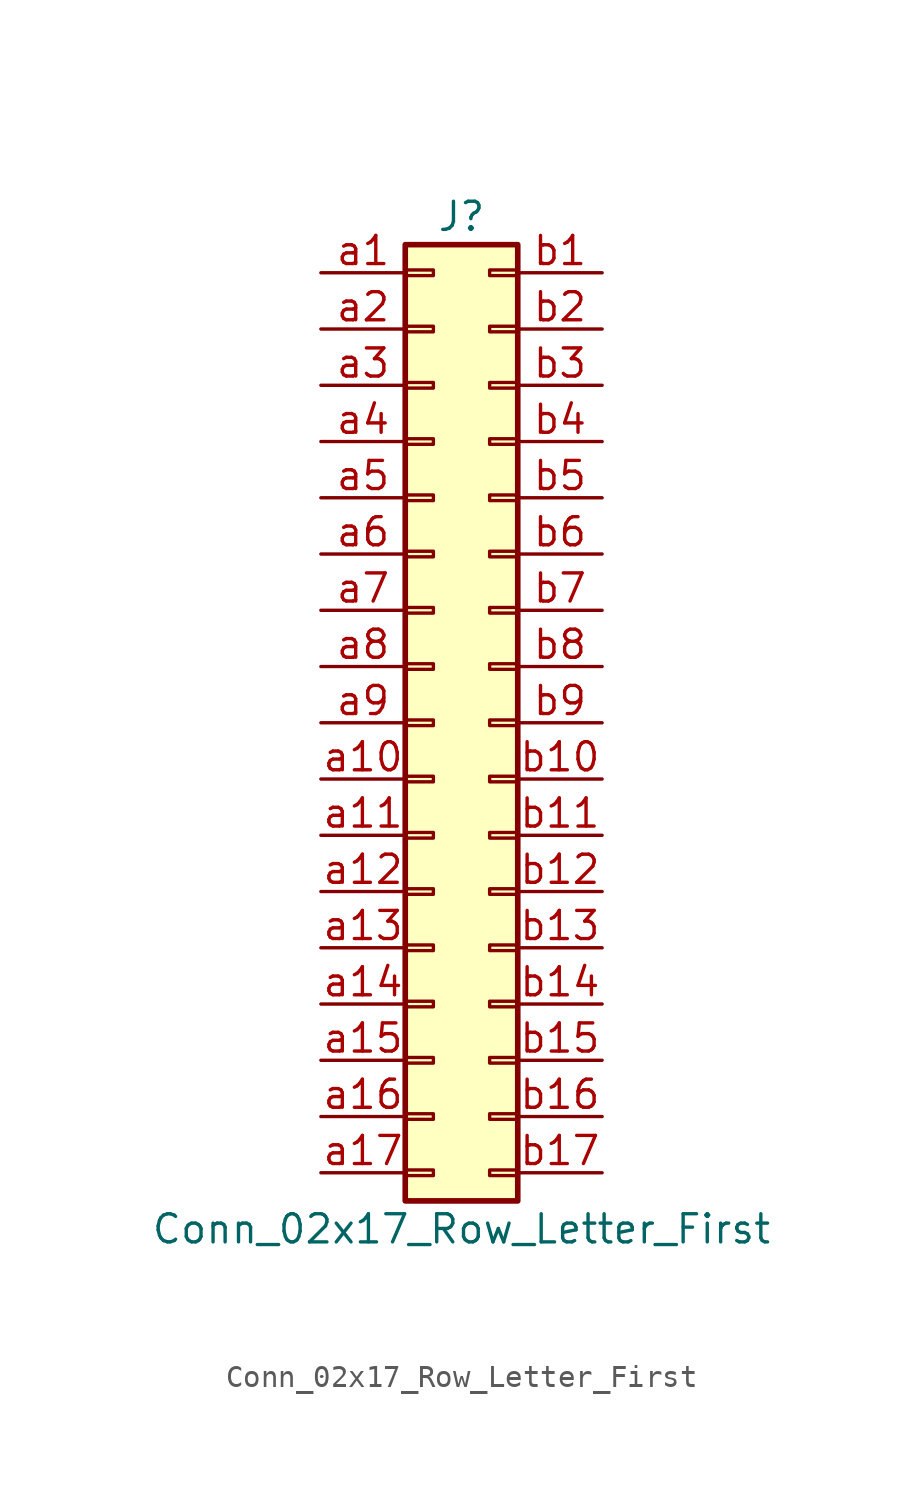
<source format=kicad_sym>
(kicad_symbol_lib
  (version 20211014)
  (generator kicad_symbol_editor)
  (symbol "Conn_02x17_Row_Letter_First"
    (pin_names
      (offset 1.016) hide)
    (property "Reference" "J"
      (at 1.27 22.86 0)
      (effects (font (size 1.27 1.27))))
    (property "Value" "Conn_02x17_Row_Letter_First"
      (at 1.27 -22.86 0)
      (effects (font (size 1.27 1.27))))
    (symbol "Conn_02x17_Row_Letter_First_1_1"
      (rectangle (start -1.27 -20.193) (end 0 -20.447) (stroke (width 0.152) (type default) (color 0 0 0 0)) (fill (type none)))
      (rectangle (start -1.27 -17.653) (end 0 -17.907) (stroke (width 0.152) (type default) (color 0 0 0 0)) (fill (type none)))
      (rectangle (start -1.27 -15.113) (end 0 -15.367) (stroke (width 0.152) (type default) (color 0 0 0 0)) (fill (type none)))
      (rectangle (start -1.27 -12.573) (end 0 -12.827) (stroke (width 0.152) (type default) (color 0 0 0 0)) (fill (type none)))
      (rectangle (start -1.27 -10.033) (end 0 -10.287) (stroke (width 0.152) (type default) (color 0 0 0 0)) (fill (type none)))
      (rectangle (start -1.27 -7.493) (end 0 -7.747) (stroke (width 0.152) (type default) (color 0 0 0 0)) (fill (type none)))
      (rectangle (start -1.27 -4.953) (end 0 -5.207) (stroke (width 0.152) (type default) (color 0 0 0 0)) (fill (type none)))
      (rectangle (start -1.27 -2.413) (end 0 -2.667) (stroke (width 0.152) (type default) (color 0 0 0 0)) (fill (type none)))
      (rectangle (start -1.27 0.127) (end 0 -0.127) (stroke (width 0.152) (type default) (color 0 0 0 0)) (fill (type none)))
      (rectangle (start -1.27 2.667) (end 0 2.413) (stroke (width 0.152) (type default) (color 0 0 0 0)) (fill (type none)))
      (rectangle (start -1.27 5.207) (end 0 4.953) (stroke (width 0.152) (type default) (color 0 0 0 0)) (fill (type none)))
      (rectangle (start -1.27 7.747) (end 0 7.493) (stroke (width 0.152) (type default) (color 0 0 0 0)) (fill (type none)))
      (rectangle (start -1.27 10.287) (end 0 10.033) (stroke (width 0.152) (type default) (color 0 0 0 0)) (fill (type none)))
      (rectangle (start -1.27 12.827) (end 0 12.573) (stroke (width 0.152) (type default) (color 0 0 0 0)) (fill (type none)))
      (rectangle (start -1.27 15.367) (end 0 15.113) (stroke (width 0.152) (type default) (color 0 0 0 0)) (fill (type none)))
      (rectangle (start -1.27 17.907) (end 0 17.653) (stroke (width 0.152) (type default) (color 0 0 0 0)) (fill (type none)))
      (rectangle (start -1.27 20.447) (end 0 20.193) (stroke (width 0.152) (type default) (color 0 0 0 0)) (fill (type none)))
      (rectangle (start -1.27 21.59) (end 3.81 -21.59) (stroke (width 0.254) (type default) (color 0 0 0 0)) (fill (type background)))
      (rectangle (start 3.81 -20.193) (end 2.54 -20.447) (stroke (width 0.152) (type default) (color 0 0 0 0)) (fill (type none)))
      (rectangle (start 3.81 -17.653) (end 2.54 -17.907) (stroke (width 0.152) (type default) (color 0 0 0 0)) (fill (type none)))
      (rectangle (start 3.81 -15.113) (end 2.54 -15.367) (stroke (width 0.152) (type default) (color 0 0 0 0)) (fill (type none)))
      (rectangle (start 3.81 -12.573) (end 2.54 -12.827) (stroke (width 0.152) (type default) (color 0 0 0 0)) (fill (type none)))
      (rectangle (start 3.81 -10.033) (end 2.54 -10.287) (stroke (width 0.152) (type default) (color 0 0 0 0)) (fill (type none)))
      (rectangle (start 3.81 -7.493) (end 2.54 -7.747) (stroke (width 0.152) (type default) (color 0 0 0 0)) (fill (type none)))
      (rectangle (start 3.81 -4.953) (end 2.54 -5.207) (stroke (width 0.152) (type default) (color 0 0 0 0)) (fill (type none)))
      (rectangle (start 3.81 -2.413) (end 2.54 -2.667) (stroke (width 0.152) (type default) (color 0 0 0 0)) (fill (type none)))
      (rectangle (start 3.81 0.127) (end 2.54 -0.127) (stroke (width 0.152) (type default) (color 0 0 0 0)) (fill (type none)))
      (rectangle (start 3.81 2.667) (end 2.54 2.413) (stroke (width 0.152) (type default) (color 0 0 0 0)) (fill (type none)))
      (rectangle (start 3.81 5.207) (end 2.54 4.953) (stroke (width 0.152) (type default) (color 0 0 0 0)) (fill (type none)))
      (rectangle (start 3.81 7.747) (end 2.54 7.493) (stroke (width 0.152) (type default) (color 0 0 0 0)) (fill (type none)))
      (rectangle (start 3.81 10.287) (end 2.54 10.033) (stroke (width 0.152) (type default) (color 0 0 0 0)) (fill (type none)))
      (rectangle (start 3.81 12.827) (end 2.54 12.573) (stroke (width 0.152) (type default) (color 0 0 0 0)) (fill (type none)))
      (rectangle (start 3.81 15.367) (end 2.54 15.113) (stroke (width 0.152) (type default) (color 0 0 0 0)) (fill (type none)))
      (rectangle (start 3.81 17.907) (end 2.54 17.653) (stroke (width 0.152) (type default) (color 0 0 0 0)) (fill (type none)))
      (rectangle (start 3.81 20.447) (end 2.54 20.193) (stroke (width 0.152) (type default) (color 0 0 0 0)) (fill (type none)))
      (pin passive line (at -5.08 20.32 0) (length 3.81) (name "Pin_a1" (effects (font (size 1.27 1.27)))) (number "a1" (effects (font (size 1.27 1.27)))))
      (pin passive line (at -5.08 -2.54 0) (length 3.81) (name "Pin_a10" (effects (font (size 1.27 1.27)))) (number "a10" (effects (font (size 1.27 1.27)))))
      (pin passive line (at -5.08 -5.08 0) (length 3.81) (name "Pin_a11" (effects (font (size 1.27 1.27)))) (number "a11" (effects (font (size 1.27 1.27)))))
      (pin passive line (at -5.08 -7.62 0) (length 3.81) (name "Pin_a12" (effects (font (size 1.27 1.27)))) (number "a12" (effects (font (size 1.27 1.27)))))
      (pin passive line (at -5.08 -10.16 0) (length 3.81) (name "Pin_a13" (effects (font (size 1.27 1.27)))) (number "a13" (effects (font (size 1.27 1.27)))))
      (pin passive line (at -5.08 -12.7 0) (length 3.81) (name "Pin_a14" (effects (font (size 1.27 1.27)))) (number "a14" (effects (font (size 1.27 1.27)))))
      (pin passive line (at -5.08 -15.24 0) (length 3.81) (name "Pin_a15" (effects (font (size 1.27 1.27)))) (number "a15" (effects (font (size 1.27 1.27)))))
      (pin passive line (at -5.08 -17.78 0) (length 3.81) (name "Pin_a16" (effects (font (size 1.27 1.27)))) (number "a16" (effects (font (size 1.27 1.27)))))
      (pin passive line (at -5.08 -20.32 0) (length 3.81) (name "Pin_a17" (effects (font (size 1.27 1.27)))) (number "a17" (effects (font (size 1.27 1.27)))))
      (pin passive line (at -5.08 17.78 0) (length 3.81) (name "Pin_a2" (effects (font (size 1.27 1.27)))) (number "a2" (effects (font (size 1.27 1.27)))))
      (pin passive line (at -5.08 15.24 0) (length 3.81) (name "Pin_a3" (effects (font (size 1.27 1.27)))) (number "a3" (effects (font (size 1.27 1.27)))))
      (pin passive line (at -5.08 12.7 0) (length 3.81) (name "Pin_a4" (effects (font (size 1.27 1.27)))) (number "a4" (effects (font (size 1.27 1.27)))))
      (pin passive line (at -5.08 10.16 0) (length 3.81) (name "Pin_a5" (effects (font (size 1.27 1.27)))) (number "a5" (effects (font (size 1.27 1.27)))))
      (pin passive line (at -5.08 7.62 0) (length 3.81) (name "Pin_a6" (effects (font (size 1.27 1.27)))) (number "a6" (effects (font (size 1.27 1.27)))))
      (pin passive line (at -5.08 5.08 0) (length 3.81) (name "Pin_a7" (effects (font (size 1.27 1.27)))) (number "a7" (effects (font (size 1.27 1.27)))))
      (pin passive line (at -5.08 2.54 0) (length 3.81) (name "Pin_a8" (effects (font (size 1.27 1.27)))) (number "a8" (effects (font (size 1.27 1.27)))))
      (pin passive line (at -5.08 0 0) (length 3.81) (name "Pin_a9" (effects (font (size 1.27 1.27)))) (number "a9" (effects (font (size 1.27 1.27)))))
      (pin passive line (at 7.62 20.32 180) (length 3.81) (name "Pin_b1" (effects (font (size 1.27 1.27)))) (number "b1" (effects (font (size 1.27 1.27)))))
      (pin passive line (at 7.62 -2.54 180) (length 3.81) (name "Pin_b10" (effects (font (size 1.27 1.27)))) (number "b10" (effects (font (size 1.27 1.27)))))
      (pin passive line (at 7.62 -5.08 180) (length 3.81) (name "Pin_b11" (effects (font (size 1.27 1.27)))) (number "b11" (effects (font (size 1.27 1.27)))))
      (pin passive line (at 7.62 -7.62 180) (length 3.81) (name "Pin_b12" (effects (font (size 1.27 1.27)))) (number "b12" (effects (font (size 1.27 1.27)))))
      (pin passive line (at 7.62 -10.16 180) (length 3.81) (name "Pin_b13" (effects (font (size 1.27 1.27)))) (number "b13" (effects (font (size 1.27 1.27)))))
      (pin passive line (at 7.62 -12.7 180) (length 3.81) (name "Pin_b14" (effects (font (size 1.27 1.27)))) (number "b14" (effects (font (size 1.27 1.27)))))
      (pin passive line (at 7.62 -15.24 180) (length 3.81) (name "Pin_b15" (effects (font (size 1.27 1.27)))) (number "b15" (effects (font (size 1.27 1.27)))))
      (pin passive line (at 7.62 -17.78 180) (length 3.81) (name "Pin_b16" (effects (font (size 1.27 1.27)))) (number "b16" (effects (font (size 1.27 1.27)))))
      (pin passive line (at 7.62 -20.32 180) (length 3.81) (name "Pin_b17" (effects (font (size 1.27 1.27)))) (number "b17" (effects (font (size 1.27 1.27)))))
      (pin passive line (at 7.62 17.78 180) (length 3.81) (name "Pin_b2" (effects (font (size 1.27 1.27)))) (number "b2" (effects (font (size 1.27 1.27)))))
      (pin passive line (at 7.62 15.24 180) (length 3.81) (name "Pin_b3" (effects (font (size 1.27 1.27)))) (number "b3" (effects (font (size 1.27 1.27)))))
      (pin passive line (at 7.62 12.7 180) (length 3.81) (name "Pin_b4" (effects (font (size 1.27 1.27)))) (number "b4" (effects (font (size 1.27 1.27)))))
      (pin passive line (at 7.62 10.16 180) (length 3.81) (name "Pin_b5" (effects (font (size 1.27 1.27)))) (number "b5" (effects (font (size 1.27 1.27)))))
      (pin passive line (at 7.62 7.62 180) (length 3.81) (name "Pin_b6" (effects (font (size 1.27 1.27)))) (number "b6" (effects (font (size 1.27 1.27)))))
      (pin passive line (at 7.62 5.08 180) (length 3.81) (name "Pin_b7" (effects (font (size 1.27 1.27)))) (number "b7" (effects (font (size 1.27 1.27)))))
      (pin passive line (at 7.62 2.54 180) (length 3.81) (name "Pin_b8" (effects (font (size 1.27 1.27)))) (number "b8" (effects (font (size 1.27 1.27)))))
      (pin passive line (at 7.62 0 180) (length 3.81) (name "Pin_b9" (effects (font (size 1.27 1.27)))) (number "b9" (effects (font (size 1.27 1.27))))))))
</source>
